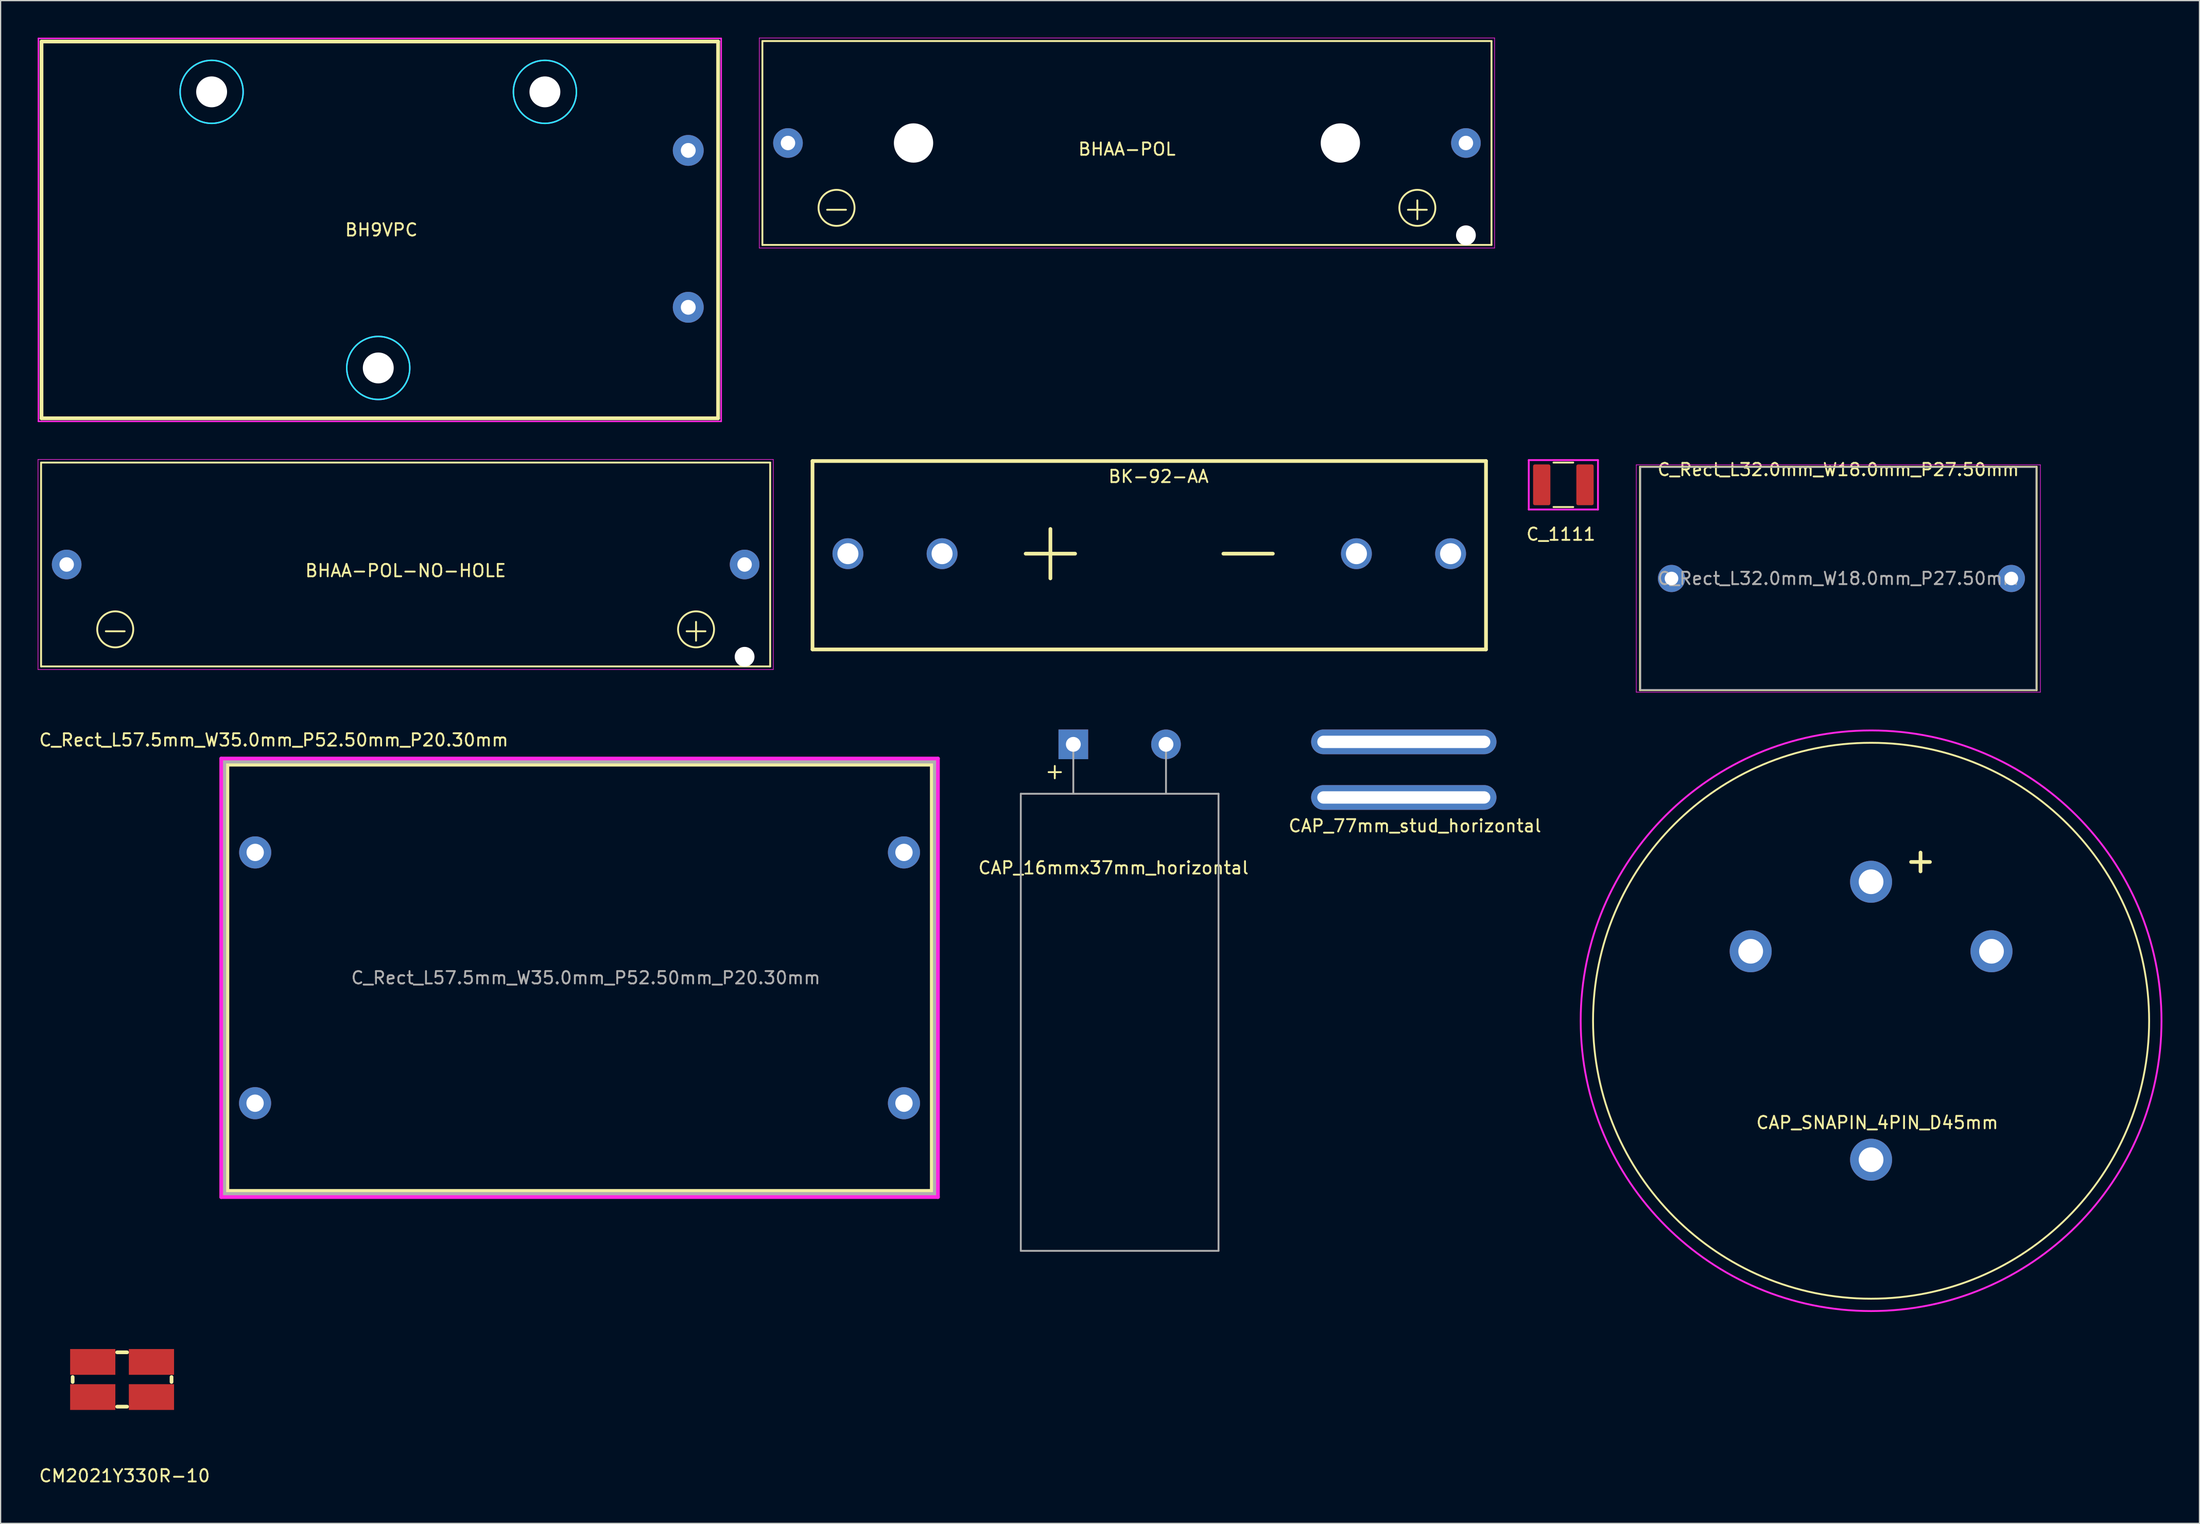
<source format=kicad_pcb>
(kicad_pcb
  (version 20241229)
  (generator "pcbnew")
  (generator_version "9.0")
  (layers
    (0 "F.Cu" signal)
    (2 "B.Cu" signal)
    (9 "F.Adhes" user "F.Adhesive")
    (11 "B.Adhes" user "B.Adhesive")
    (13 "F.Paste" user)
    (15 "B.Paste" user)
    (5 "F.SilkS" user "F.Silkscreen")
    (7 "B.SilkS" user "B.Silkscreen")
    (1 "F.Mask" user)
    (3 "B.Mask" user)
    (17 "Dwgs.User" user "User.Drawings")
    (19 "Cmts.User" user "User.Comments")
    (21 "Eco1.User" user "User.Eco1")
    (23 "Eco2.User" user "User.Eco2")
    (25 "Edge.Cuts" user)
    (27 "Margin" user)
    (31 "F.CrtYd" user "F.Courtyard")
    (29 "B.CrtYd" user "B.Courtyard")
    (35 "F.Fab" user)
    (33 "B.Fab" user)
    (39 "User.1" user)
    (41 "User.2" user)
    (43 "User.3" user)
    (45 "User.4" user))
  (footprint "BK-92-AA"
    (layer "F.Cu")
    (at 89.95 41.77)
    (property "Reference" "BK-92-AA" (at 0.75 -6.25 0) (layer "F.SilkS") (effects (font (size 1 1) (thickness 0.15))))
    (attr through_hole)
    (fp_line (start -27.25 -7.5) (end 27.25 -7.5) (stroke (width 0.3) (type solid)) (layer "F.SilkS"))
    (fp_line (start -27.25 7.75) (end -27.25 -7.5) (stroke (width 0.3) (type solid)) (layer "F.SilkS"))
    (fp_line (start -10 0) (end -6 0) (stroke (width 0.3) (type solid)) (layer "F.SilkS"))
    (fp_line (start -8 -2) (end -8 2) (stroke (width 0.3) (type solid)) (layer "F.SilkS"))
    (fp_line (start 6 0) (end 10 0) (stroke (width 0.3) (type solid)) (layer "F.SilkS"))
    (fp_line (start 27.25 -7.5) (end 27.25 7.75) (stroke (width 0.3) (type solid)) (layer "F.SilkS"))
    (fp_line (start 27.25 7.75) (end -27.25 7.75) (stroke (width 0.3) (type solid)) (layer "F.SilkS"))
    (pad "1" thru_hole circle (at -24.385 0) (size 2.5 2.5) (drill 1.7) (layers "*.Cu" "*.Mask"))
    (pad "1" thru_hole circle (at -16.765 0) (size 2.5 2.5) (drill 1.7) (layers "*.Cu" "*.Mask"))
    (pad "2" thru_hole circle (at 16.765 0) (size 2.5 2.5) (drill 1.7) (layers "*.Cu" "*.Mask"))
    (pad "2" thru_hole circle (at 24.385 0) (size 2.5 2.5) (drill 1.7) (layers "*.Cu" "*.Mask")))
  (footprint "BH9VPC"
    (layer "F.Cu")
    (at 27.56 15.56)
    (property "Reference" "BH9VPC" (at 0.25 0 0) (layer "F.SilkS") (effects (font (size 1 1) (thickness 0.15))))
    (attr through_hole)
    (fp_line (start -27.25 -15.25) (end -27.25 15.25) (stroke (width 0.3) (type solid)) (layer "F.SilkS"))
    (fp_line (start -27.25 15.25) (end 27.5 15.25) (stroke (width 0.3) (type solid)) (layer "F.SilkS"))
    (fp_line (start 27.5 -15.25) (end -27.25 -15.25) (stroke (width 0.3) (type solid)) (layer "F.SilkS"))
    (fp_line (start 27.5 15.25) (end 27.5 -15.25) (stroke (width 0.3) (type solid)) (layer "F.SilkS"))
    (fp_circle (center -13.485 -11.175) (end -10.935 -11.175) (stroke (width 0.12) (type solid)) (fill no) (layer "B.CrtYd"))
    (fp_circle (center 0 11.175) (end 2.55 11.175) (stroke (width 0.12) (type solid)) (fill no) (layer "B.CrtYd"))
    (fp_circle (center 13.485 -11.175) (end 16.035 -11.175) (stroke (width 0.12) (type solid)) (fill no) (layer "B.CrtYd"))
    (fp_line (start -27.5 -15.5) (end 27.75 -15.5) (stroke (width 0.12) (type solid)) (layer "F.CrtYd"))
    (fp_line (start -27.5 15.5) (end -27.5 -15.5) (stroke (width 0.12) (type solid)) (layer "F.CrtYd"))
    (fp_line (start 27.75 -15.5) (end 27.75 15.5) (stroke (width 0.12) (type solid)) (layer "F.CrtYd"))
    (fp_line (start 27.75 15.5) (end -27.5 15.5) (stroke (width 0.12) (type solid)) (layer "F.CrtYd"))
    (fp_circle (center -13.485 -11.175) (end -10.935 -11.175) (stroke (width 0.12) (type solid)) (fill no) (layer "F.CrtYd"))
    (fp_circle (center 0 11.175) (end 2.55 11.175) (stroke (width 0.12) (type solid)) (fill no) (layer "F.CrtYd"))
    (fp_circle (center 13.485 -11.175) (end 16.035 -11.175) (stroke (width 0.12) (type solid)) (fill no) (layer "F.CrtYd"))
    (pad "" np_thru_hole circle (at -13.485 -11.175) (size 2.5 2.5) (drill 2.5) (layers "*.Cu" "*.Mask"))
    (pad "" np_thru_hole circle (at 0 11.175) (size 2.5 2.5) (drill 2.5) (layers "*.Cu" "*.Mask"))
    (pad "" np_thru_hole circle (at 13.485 -11.175) (size 2.5 2.5) (drill 2.5) (layers "*.Cu" "*.Mask"))
    (pad "1" thru_hole circle (at 25.085 6.265) (size 2.5 2.5) (drill 1.2) (layers "*.Cu" "*.Mask"))
    (pad "2" thru_hole circle (at 25.085 -6.435) (size 2.5 2.5) (drill 1.2) (layers "*.Cu" "*.Mask")))
  (footprint "CAP_SNAPIN_4PIN_D45mm"
    (layer "F.Cu")
    (at 148.362 79.578)
    (property "Reference" "CAP_SNAPIN_4PIN_D45mm" (at 0.5 8.25 0) (layer "F.SilkS") (effects (font (size 1 1) (thickness 0.15))))
    (attr through_hole)
    (fp_circle (center 0 0) (end 22.5 0) (stroke (width 0.15) (type solid)) (fill no) (layer "F.SilkS"))
    (fp_circle (center 0 0) (end 23.5 0) (stroke (width 0.15) (type solid)) (fill no) (layer "F.CrtYd"))
    (fp_text user "+" (at 4 -13 0) (layer "F.SilkS") (effects (font (size 2 2) (thickness 0.3))))
    (pad "" thru_hole circle (at -9.743 -5.625) (size 3.4 3.4) (drill 2) (layers "*.Cu" "*.Mask"))
    (pad "" thru_hole circle (at 9.743 -5.625) (size 3.4 3.4) (drill 2) (layers "*.Cu" "*.Mask"))
    (pad "1" thru_hole circle (at 0 -11.25) (size 3.4 3.4) (drill 2) (layers "*.Cu" "*.Mask"))
    (pad "2" thru_hole circle (at 0 11.25) (size 3.4 3.4) (drill 2) (layers "*.Cu" "*.Mask")))
  (footprint "C_Rect_L57.5mm_W35.0mm_P52.50mm_P20.30mm"
    (layer "F.Cu")
    (at 43.851 76.102)
    (property "Reference" "C_Rect_L57.5mm_W35.0mm_P52.50mm_P20.30mm" (at -24.75 -19.25 0) (layer "F.SilkS") (effects (font (size 1 1) (thickness 0.15))))
    (attr through_hole)
    (fp_line (start -28.5 -17.25) (end -28.5 17.25) (stroke (width 0.3) (type solid)) (layer "F.SilkS"))
    (fp_line (start -28.5 17.25) (end 28.5 17.25) (stroke (width 0.3) (type solid)) (layer "F.SilkS"))
    (fp_line (start 28.5 -17.25) (end -28.5 -17.25) (stroke (width 0.3) (type solid)) (layer "F.SilkS"))
    (fp_line (start 28.5 17.25) (end 28.5 -17.25) (stroke (width 0.3) (type solid)) (layer "F.SilkS"))
    (fp_line (start -29 -17.75) (end -29 17.75) (stroke (width 0.3) (type solid)) (layer "F.CrtYd"))
    (fp_line (start -29 17.75) (end 29 17.75) (stroke (width 0.3) (type solid)) (layer "F.CrtYd"))
    (fp_line (start 29 -17.75) (end -29 -17.75) (stroke (width 0.3) (type solid)) (layer "F.CrtYd"))
    (fp_line (start 29 17.75) (end 29 -17.75) (stroke (width 0.3) (type solid)) (layer "F.CrtYd"))
    (fp_line (start -28.75 -17.5) (end -28.75 17.5) (stroke (width 0.3) (type solid)) (layer "F.Fab"))
    (fp_line (start -28.75 17.5) (end 28.75 17.5) (stroke (width 0.3) (type solid)) (layer "F.Fab"))
    (fp_line (start 28.75 -17.5) (end -28.75 -17.5) (stroke (width 0.3) (type solid)) (layer "F.Fab"))
    (fp_line (start 28.75 17.5) (end 28.75 -17.5) (stroke (width 0.3) (type solid)) (layer "F.Fab"))
    (fp_text user "${REFERENCE}" (at 0.5 0 0) (layer "F.Fab") (effects (font (size 1 1) (thickness 0.15))))
    (pad "1" thru_hole circle (at -26.26 10.15) (size 2.6 2.6) (drill 1.4) (layers "*.Cu" "*.Mask"))
    (pad "1" thru_hole circle (at -26.25 -10.15) (size 2.6 2.6) (drill 1.4) (layers "*.Cu" "*.Mask"))
    (pad "2" thru_hole circle (at 26.25 -10.15) (size 2.6 2.6) (drill 1.4) (layers "*.Cu" "*.Mask"))
    (pad "2" thru_hole circle (at 26.25 10.15) (size 2.6 2.6) (drill 1.4) (layers "*.Cu" "*.Mask")))
  (footprint "BHAA-POL-NO-HOLE"
    (layer "F.Cu")
    (at 29.775 42.645)
    (property "Reference" "BHAA-POL-NO-HOLE" (at 0 0.5 0) (layer "F.SilkS") (effects (font (size 1 1) (thickness 0.15))))
    (attr through_hole)
    (fp_line (start -29.5 -8.25) (end -29.5 8.25) (stroke (width 0.15) (type solid)) (layer "F.SilkS"))
    (fp_line (start -29.5 8.25) (end 29.5 8.25) (stroke (width 0.15) (type solid)) (layer "F.SilkS"))
    (fp_line (start 29.5 -8.25) (end -29.5 -8.25) (stroke (width 0.15) (type solid)) (layer "F.SilkS"))
    (fp_line (start 29.5 8.25) (end 29.5 -8.25) (stroke (width 0.15) (type solid)) (layer "F.SilkS"))
    (fp_circle (center -23.5 5.25) (end -22.042 5.25) (stroke (width 0.15) (type solid)) (fill no) (layer "F.SilkS"))
    (fp_circle (center 23.5 5.25) (end 24.958 5.25) (stroke (width 0.15) (type solid)) (fill no) (layer "F.SilkS"))
    (fp_line (start -29.75 -8.5) (end -29.75 8.5) (stroke (width 0.05) (type solid)) (layer "F.CrtYd"))
    (fp_line (start -29.75 8.5) (end 29.75 8.5) (stroke (width 0.05) (type solid)) (layer "F.CrtYd"))
    (fp_line (start 29.75 -8.5) (end -29.75 -8.5) (stroke (width 0.05) (type solid)) (layer "F.CrtYd"))
    (fp_line (start 29.75 8.5) (end 29.75 -8.5) (stroke (width 0.05) (type solid)) (layer "F.CrtYd"))
    (fp_text user "+" (at 23.5 5.25 0) (layer "F.SilkS") (effects (font (size 2 2) (thickness 0.15))))
    (fp_text user "-" (at -23.5 5.25 0) (layer "F.SilkS") (effects (font (size 2 2) (thickness 0.15))))
    (pad "" np_thru_hole circle (at 27.43 7.47) (size 1.6 1.6) (drill 1.6) (layers "*.Cu" "*.Mask"))
    (pad "1" thru_hole circle (at 27.43 0) (size 2.4 2.4) (drill 1.17) (layers "*.Cu" "*.Mask"))
    (pad "2" thru_hole circle (at -27.43 0) (size 2.4 2.4) (drill 1.17) (layers "*.Cu" "*.Mask")))
  (footprint "C_1111"
    (layer "F.Cu")
    (at 123.461 36.195)
    (property "Reference" "C_1111" (at -0.2 4 0) (layer "F.SilkS") (effects (font (size 1 1) (thickness 0.15))))
    (attr through_hole)
    (fp_line (start -0.8 -1.8) (end 0.8 -1.8) (stroke (width 0.15) (type solid)) (layer "F.SilkS"))
    (fp_line (start -0.8 1.8) (end 0.8 1.8) (stroke (width 0.15) (type solid)) (layer "F.SilkS"))
    (fp_line (start -2.8 -2) (end 2.8 -2) (stroke (width 0.15) (type solid)) (layer "F.CrtYd"))
    (fp_line (start -2.8 2) (end -2.8 -2) (stroke (width 0.15) (type solid)) (layer "F.CrtYd"))
    (fp_line (start 2.8 -2) (end 2.8 2) (stroke (width 0.15) (type solid)) (layer "F.CrtYd"))
    (fp_line (start 2.8 2) (end -2.8 2) (stroke (width 0.15) (type solid)) (layer "F.CrtYd"))
    (pad "1" smd roundrect (at -1.75 0) (size 1.4 3.3) (layers "F.Cu" "F.Mask" "F.Paste") (roundrect_rratio 0.1))
    (pad "2" smd roundrect (at 1.75 0) (size 1.4 3.3) (layers "F.Cu" "F.Mask" "F.Paste") (roundrect_rratio 0.1)))
  (footprint "BHAA-POL"
    (layer "F.Cu")
    (at 88.145 8.525)
    (property "Reference" "BHAA-POL" (at 0 0.5 0) (layer "F.SilkS") (effects (font (size 1 1) (thickness 0.15))))
    (attr through_hole)
    (fp_line (start -29.5 -8.25) (end -29.5 8.25) (stroke (width 0.15) (type solid)) (layer "F.SilkS"))
    (fp_line (start -29.5 8.25) (end 29.5 8.25) (stroke (width 0.15) (type solid)) (layer "F.SilkS"))
    (fp_line (start 29.5 -8.25) (end -29.5 -8.25) (stroke (width 0.15) (type solid)) (layer "F.SilkS"))
    (fp_line (start 29.5 8.25) (end 29.5 -8.25) (stroke (width 0.15) (type solid)) (layer "F.SilkS"))
    (fp_circle (center -23.5 5.25) (end -22.042 5.25) (stroke (width 0.15) (type solid)) (fill no) (layer "F.SilkS"))
    (fp_circle (center 23.5 5.25) (end 24.958 5.25) (stroke (width 0.15) (type solid)) (fill no) (layer "F.SilkS"))
    (fp_line (start -29.75 -8.5) (end -29.75 8.5) (stroke (width 0.05) (type solid)) (layer "F.CrtYd"))
    (fp_line (start -29.75 8.5) (end 29.75 8.5) (stroke (width 0.05) (type solid)) (layer "F.CrtYd"))
    (fp_line (start 29.75 -8.5) (end -29.75 -8.5) (stroke (width 0.05) (type solid)) (layer "F.CrtYd"))
    (fp_line (start 29.75 8.5) (end 29.75 -8.5) (stroke (width 0.05) (type solid)) (layer "F.CrtYd"))
    (fp_text user "-" (at -23.5 5.25 0) (layer "F.SilkS") (effects (font (size 2 2) (thickness 0.15))))
    (fp_text user "+" (at 23.5 5.25 0) (layer "F.SilkS") (effects (font (size 2 2) (thickness 0.15))))
    (pad "" np_thru_hole circle (at -17.27 0) (size 3.18 3.18) (drill 3.18) (layers "*.Cu" "*.Mask"))
    (pad "" np_thru_hole circle (at 17.27 0) (size 3.18 3.18) (drill 3.18) (layers "*.Cu" "*.Mask"))
    (pad "" np_thru_hole circle (at 27.43 7.47) (size 1.6 1.6) (drill 1.6) (layers "*.Cu" "*.Mask"))
    (pad "1" thru_hole circle (at 27.43 0) (size 2.4 2.4) (drill 1.17) (layers "*.Cu" "*.Mask"))
    (pad "2" thru_hole circle (at -27.43 0) (size 2.4 2.4) (drill 1.17) (layers "*.Cu" "*.Mask")))
  (footprint "CAP_16mmx37mm_horizontal"
    (layer "F.Cu")
    (at 87.555 57.203)
    (property "Reference" "CAP_16mmx37mm_horizontal" (at -0.5 10 0) (layer "F.SilkS") (effects (font (size 1 1) (thickness 0.15))))
    (attr through_hole)
    (fp_line (start -5.75 2.25) (end -4.75 2.25) (stroke (width 0.15) (type solid)) (layer "F.SilkS"))
    (fp_line (start -5.25 1.75) (end -5.25 2.5) (stroke (width 0.15) (type solid)) (layer "F.SilkS"))
    (fp_line (start -5.25 2.5) (end -5.25 2.75) (stroke (width 0.15) (type solid)) (layer "F.SilkS"))
    (fp_line (start -8 4) (end -8 41) (stroke (width 0.15) (type solid)) (layer "F.Fab"))
    (fp_line (start -8 41) (end 8 41) (stroke (width 0.15) (type solid)) (layer "F.Fab"))
    (fp_line (start -3.75 0) (end -3.75 4) (stroke (width 0.15) (type solid)) (layer "F.Fab"))
    (fp_line (start 3.75 0) (end 3.75 4) (stroke (width 0.15) (type solid)) (layer "F.Fab"))
    (fp_line (start 8 4) (end -8 4) (stroke (width 0.15) (type solid)) (layer "F.Fab"))
    (fp_line (start 8 41) (end 8 4) (stroke (width 0.15) (type solid)) (layer "F.Fab"))
    (pad "1" thru_hole rect (at -3.75 0) (size 2.4 2.4) (drill 1.2) (layers "*.Cu" "*.Mask"))
    (pad "2" thru_hole circle (at 3.75 0) (size 2.4 2.4) (drill 1.2) (layers "*.Cu" "*.Mask")))
  (footprint "CAP_77mm_stud_horizontal"
    (layer "F.Cu")
    (at 110.548 59.253)
    (property "Reference" "CAP_77mm_stud_horizontal" (at 0.9 4.55 0) (layer "F.SilkS") (effects (font (size 1 1) (thickness 0.15))))
    (attr through_hole)
    (pad "1" thru_hole oval (at 0 -2.25) (size 15 2) (drill oval 14 1) (layers "*.Cu" "*.Mask"))
    (pad "2" thru_hole oval (at 0 2.25) (size 15 2) (drill oval 14 1) (layers "*.Cu" "*.Mask")))
  (footprint "CM2021Y330R-10"
    (layer "F.Cu")
    (at 6.83 108.618)
    (property "Reference" "CM2021Y330R-10" (at 0.2 7.8 0) (layer "F.SilkS") (effects (font (size 1 1) (thickness 0.15))))
    (attr through_hole)
    (fp_line (start -4 -0.2) (end -4 0.2) (stroke (width 0.3) (type solid)) (layer "F.SilkS"))
    (fp_line (start -0.4 -2.2) (end 0.4 -2.2) (stroke (width 0.3) (type solid)) (layer "F.SilkS"))
    (fp_line (start -0.4 2.2) (end 0.4 2.2) (stroke (width 0.3) (type solid)) (layer "F.SilkS"))
    (fp_line (start 4 -0.2) (end 4 0.2) (stroke (width 0.3) (type solid)) (layer "F.SilkS"))
    (pad "1" smd rect (at -2.375 -1.423) (size 3.66 2.085) (layers "F.Cu" "F.Mask" "F.Paste"))
    (pad "2" smd rect (at -2.375 1.423) (size 3.66 2.085) (layers "F.Cu" "F.Mask" "F.Paste"))
    (pad "3" smd rect (at 2.375 1.423) (size 3.66 2.085) (layers "F.Cu" "F.Mask" "F.Paste"))
    (pad "4" smd rect (at 2.375 -1.423) (size 3.66 2.085) (layers "F.Cu" "F.Mask" "F.Paste")))
  (footprint "C_Rect_L32.0mm_W18.0mm_P27.50mm"
    (layer "F.Cu")
    (at 145.961 43.778)
    (property "Reference" "C_Rect_L32.0mm_W18.0mm_P27.50mm" (at -0.25 -8.81 0) (layer "F.SilkS") (effects (font (size 1 1) (thickness 0.15))))
    (attr through_hole)
    (fp_line (start -16.31 -9.05) (end -16.31 9.05) (stroke (width 0.12) (type solid)) (layer "F.SilkS"))
    (fp_line (start -16.31 -9.05) (end 15.81 -9.05) (stroke (width 0.12) (type solid)) (layer "F.SilkS"))
    (fp_line (start -16.31 9.05) (end 15.81 9.05) (stroke (width 0.12) (type solid)) (layer "F.SilkS"))
    (fp_line (start 15.81 -9.05) (end 15.81 9.05) (stroke (width 0.12) (type solid)) (layer "F.SilkS"))
    (fp_line (start -16.6 -9.2) (end -16.6 9.2) (stroke (width 0.05) (type solid)) (layer "F.CrtYd"))
    (fp_line (start -16.6 9.2) (end 16.1 9.2) (stroke (width 0.05) (type solid)) (layer "F.CrtYd"))
    (fp_line (start 16.1 -9.2) (end -16.6 -9.2) (stroke (width 0.05) (type solid)) (layer "F.CrtYd"))
    (fp_line (start 16.1 9.2) (end 16.1 -9.2) (stroke (width 0.05) (type solid)) (layer "F.CrtYd"))
    (fp_line (start -16.25 -9) (end -16.25 9) (stroke (width 0.1) (type solid)) (layer "F.Fab"))
    (fp_line (start -16.25 9) (end 15.75 9) (stroke (width 0.1) (type solid)) (layer "F.Fab"))
    (fp_line (start 15.75 -9) (end -16.25 -9) (stroke (width 0.1) (type solid)) (layer "F.Fab"))
    (fp_line (start 15.75 9) (end 15.75 -9) (stroke (width 0.1) (type solid)) (layer "F.Fab"))
    (fp_text user "${REFERENCE}" (at -0.25 0 0) (layer "F.Fab") (effects (font (size 1 1) (thickness 0.15))))
    (pad "1" thru_hole circle (at -13.75 0) (size 2.2 2.2) (drill 1.1) (layers "*.Cu" "*.Mask"))
    (pad "2" thru_hole circle (at 13.75 0) (size 2.2 2.2) (drill 1.1) (layers "*.Cu" "*.Mask")))
  (gr_rect
    (start -3 -3)
    (end 174.937 120.266)
    (stroke (width 0.1) (type default))
    (fill no)
    (layer "Edge.Cuts")))
</source>
